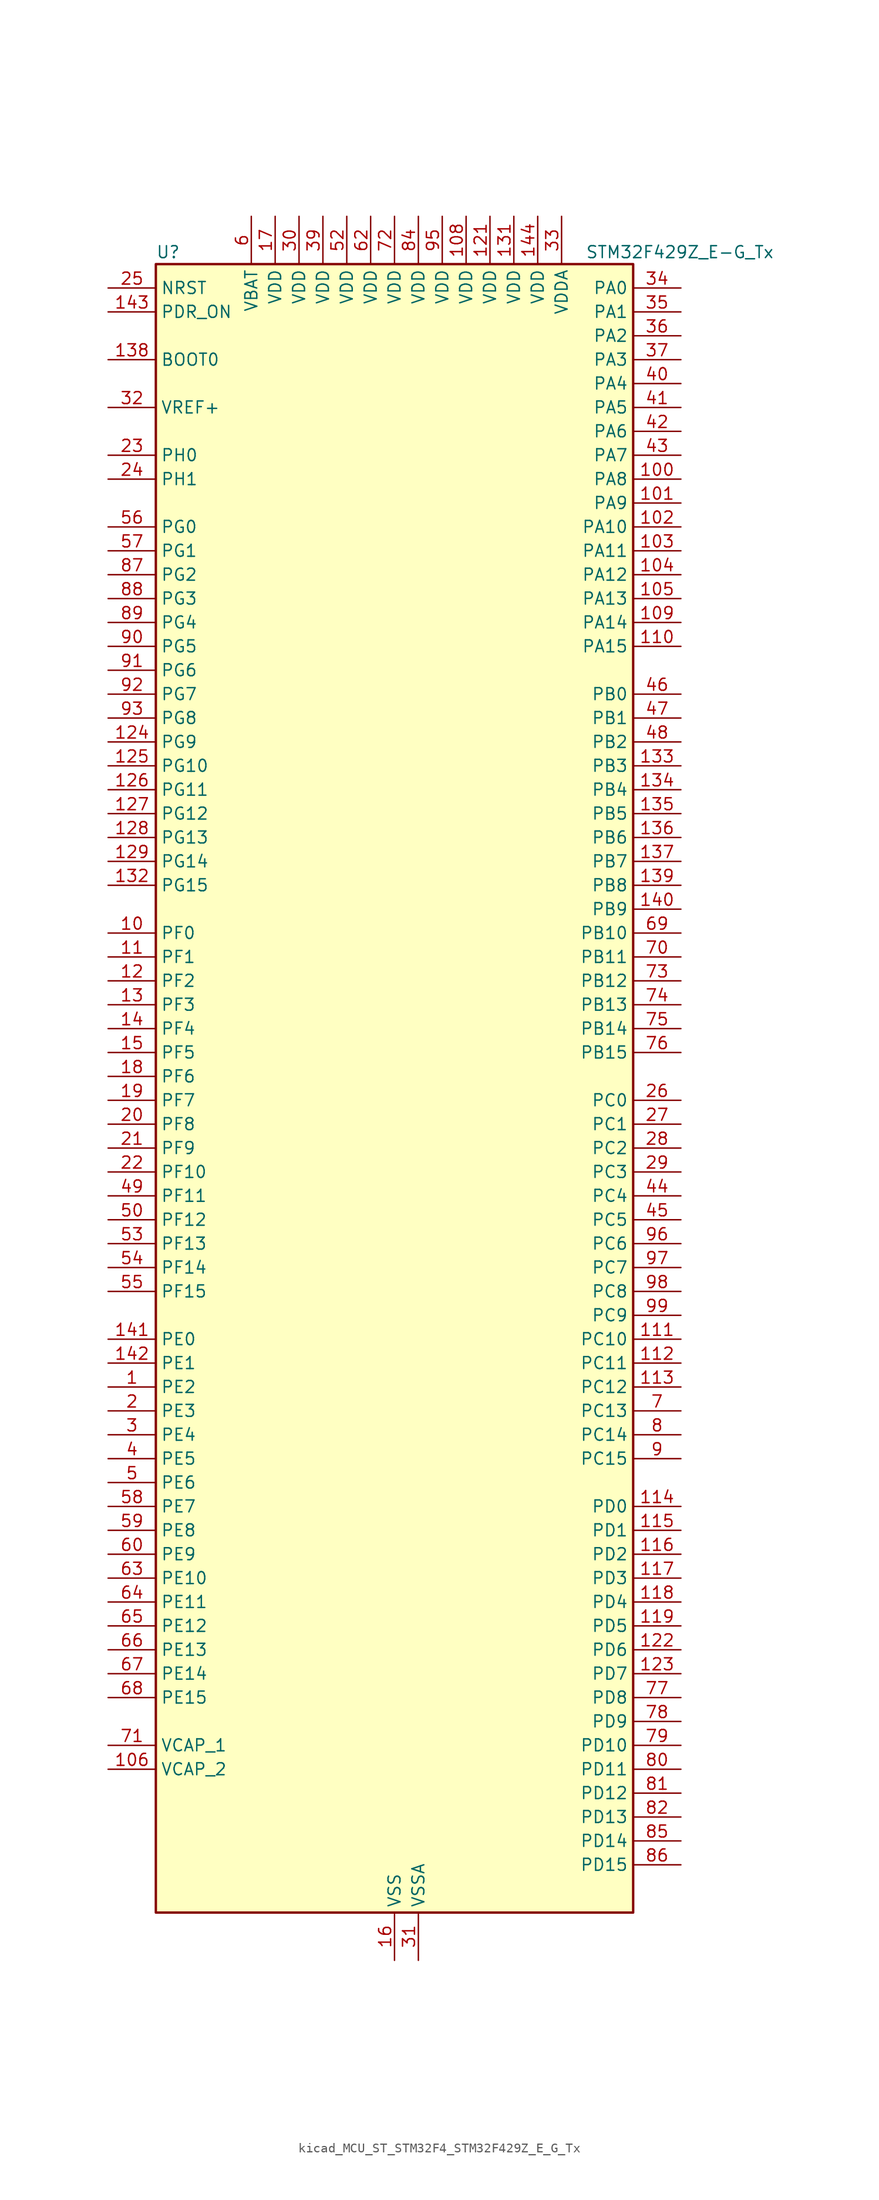
<source format=kicad_sym>
(kicad_symbol_lib
  (version 20220914)
  (generator kicad_symbol_editor)
  (symbol "kicad_MCU_ST_STM32F4_STM32F429Z_E_G_Tx"
    (property "Reference" "U"
      (at -25.4 90.17 0)
      (effects (font (size 1.27 1.27)) (justify left)))
    (property "Value" "STM32F429Z_E-G_Tx"
      (at 20.32 90.17 0)
      (effects (font (size 1.27 1.27)) (justify left)))
    (property "ki_locked" ""
      (at 0 0 0)
      (effects (font (size 1.27 1.27))))
    (symbol "kicad_MCU_ST_STM32F4_STM32F429Z_E_G_Tx_0_1"
      (rectangle (start -25.4 -86.36) (end 25.4 88.9) (stroke (width 0.254) (type default)) (fill (type background))))
    (symbol "kicad_MCU_ST_STM32F4_STM32F429Z_E_G_Tx_1_1"
      (pin bidirectional line (at -30.48 -30.48 0) (length 5.08) (name "PE2" (effects (font (size 1.27 1.27)))) (number "1" (effects (font (size 1.27 1.27)))) (alternate "ETH_TXD3" bidirectional line) (alternate "FMC_A23" bidirectional line) (alternate "SAI1_MCLK_A" bidirectional line) (alternate "SPI4_SCK" bidirectional line) (alternate "SYS_TRACECLK" bidirectional line))
      (pin bidirectional line (at -30.48 17.78 0) (length 5.08) (name "PF0" (effects (font (size 1.27 1.27)))) (number "10" (effects (font (size 1.27 1.27)))) (alternate "FMC_A0" bidirectional line) (alternate "I2C2_SDA" bidirectional line))
      (pin bidirectional line (at 30.48 66.04 180) (length 5.08) (name "PA8" (effects (font (size 1.27 1.27)))) (number "100" (effects (font (size 1.27 1.27)))) (alternate "I2C3_SCL" bidirectional line) (alternate "LTDC_R6" bidirectional line) (alternate "RCC_MCO_1" bidirectional line) (alternate "TIM1_CH1" bidirectional line) (alternate "USART1_CK" bidirectional line) (alternate "USB_OTG_FS_SOF" bidirectional line))
      (pin bidirectional line (at 30.48 63.5 180) (length 5.08) (name "PA9" (effects (font (size 1.27 1.27)))) (number "101" (effects (font (size 1.27 1.27)))) (alternate "DAC_EXTI9" bidirectional line) (alternate "DCMI_D0" bidirectional line) (alternate "I2C3_SMBA" bidirectional line) (alternate "TIM1_CH2" bidirectional line) (alternate "USART1_TX" bidirectional line) (alternate "USB_OTG_FS_VBUS" bidirectional line))
      (pin bidirectional line (at 30.48 60.96 180) (length 5.08) (name "PA10" (effects (font (size 1.27 1.27)))) (number "102" (effects (font (size 1.27 1.27)))) (alternate "DCMI_D1" bidirectional line) (alternate "TIM1_CH3" bidirectional line) (alternate "USART1_RX" bidirectional line) (alternate "USB_OTG_FS_ID" bidirectional line))
      (pin bidirectional line (at 30.48 58.42 180) (length 5.08) (name "PA11" (effects (font (size 1.27 1.27)))) (number "103" (effects (font (size 1.27 1.27)))) (alternate "ADC1_EXTI11" bidirectional line) (alternate "ADC2_EXTI11" bidirectional line) (alternate "ADC3_EXTI11" bidirectional line) (alternate "CAN1_RX" bidirectional line) (alternate "LTDC_R4" bidirectional line) (alternate "TIM1_CH4" bidirectional line) (alternate "USART1_CTS" bidirectional line) (alternate "USB_OTG_FS_DM" bidirectional line))
      (pin bidirectional line (at 30.48 55.88 180) (length 5.08) (name "PA12" (effects (font (size 1.27 1.27)))) (number "104" (effects (font (size 1.27 1.27)))) (alternate "CAN1_TX" bidirectional line) (alternate "LTDC_R5" bidirectional line) (alternate "TIM1_ETR" bidirectional line) (alternate "USART1_RTS" bidirectional line) (alternate "USB_OTG_FS_DP" bidirectional line))
      (pin bidirectional line (at 30.48 53.34 180) (length 5.08) (name "PA13" (effects (font (size 1.27 1.27)))) (number "105" (effects (font (size 1.27 1.27)))) (alternate "SYS_JTMS-SWDIO" bidirectional line))
      (pin power_out line (at -30.48 -71.12 0) (length 5.08) (name "VCAP_2" (effects (font (size 1.27 1.27)))) (number "106" (effects (font (size 1.27 1.27)))))
      (pin passive line (at 0 -91.44 90) (length 5.08) hide (name "VSS" (effects (font (size 1.27 1.27)))) (number "107" (effects (font (size 1.27 1.27)))))
      (pin power_in line (at 7.62 93.98 270) (length 5.08) (name "VDD" (effects (font (size 1.27 1.27)))) (number "108" (effects (font (size 1.27 1.27)))))
      (pin bidirectional line (at 30.48 50.8 180) (length 5.08) (name "PA14" (effects (font (size 1.27 1.27)))) (number "109" (effects (font (size 1.27 1.27)))) (alternate "SYS_JTCK-SWCLK" bidirectional line))
      (pin bidirectional line (at -30.48 15.24 0) (length 5.08) (name "PF1" (effects (font (size 1.27 1.27)))) (number "11" (effects (font (size 1.27 1.27)))) (alternate "FMC_A1" bidirectional line) (alternate "I2C2_SCL" bidirectional line))
      (pin bidirectional line (at 30.48 48.26 180) (length 5.08) (name "PA15" (effects (font (size 1.27 1.27)))) (number "110" (effects (font (size 1.27 1.27)))) (alternate "ADC1_EXTI15" bidirectional line) (alternate "ADC2_EXTI15" bidirectional line) (alternate "ADC3_EXTI15" bidirectional line) (alternate "I2S3_WS" bidirectional line) (alternate "SPI1_NSS" bidirectional line) (alternate "SPI3_NSS" bidirectional line) (alternate "SYS_JTDI" bidirectional line) (alternate "TIM2_CH1" bidirectional line) (alternate "TIM2_ETR" bidirectional line))
      (pin bidirectional line (at 30.48 -25.4 180) (length 5.08) (name "PC10" (effects (font (size 1.27 1.27)))) (number "111" (effects (font (size 1.27 1.27)))) (alternate "DCMI_D8" bidirectional line) (alternate "I2S3_CK" bidirectional line) (alternate "LTDC_R2" bidirectional line) (alternate "SDIO_D2" bidirectional line) (alternate "SPI3_SCK" bidirectional line) (alternate "UART4_TX" bidirectional line) (alternate "USART3_TX" bidirectional line))
      (pin bidirectional line (at 30.48 -27.94 180) (length 5.08) (name "PC11" (effects (font (size 1.27 1.27)))) (number "112" (effects (font (size 1.27 1.27)))) (alternate "ADC1_EXTI11" bidirectional line) (alternate "ADC2_EXTI11" bidirectional line) (alternate "ADC3_EXTI11" bidirectional line) (alternate "DCMI_D4" bidirectional line) (alternate "I2S3_ext_SD" bidirectional line) (alternate "SDIO_D3" bidirectional line) (alternate "SPI3_MISO" bidirectional line) (alternate "UART4_RX" bidirectional line) (alternate "USART3_RX" bidirectional line))
      (pin bidirectional line (at 30.48 -30.48 180) (length 5.08) (name "PC12" (effects (font (size 1.27 1.27)))) (number "113" (effects (font (size 1.27 1.27)))) (alternate "DCMI_D9" bidirectional line) (alternate "I2S3_SD" bidirectional line) (alternate "SDIO_CK" bidirectional line) (alternate "SPI3_MOSI" bidirectional line) (alternate "UART5_TX" bidirectional line) (alternate "USART3_CK" bidirectional line))
      (pin bidirectional line (at 30.48 -43.18 180) (length 5.08) (name "PD0" (effects (font (size 1.27 1.27)))) (number "114" (effects (font (size 1.27 1.27)))) (alternate "CAN1_RX" bidirectional line) (alternate "FMC_D2" bidirectional line) (alternate "FMC_DA2" bidirectional line))
      (pin bidirectional line (at 30.48 -45.72 180) (length 5.08) (name "PD1" (effects (font (size 1.27 1.27)))) (number "115" (effects (font (size 1.27 1.27)))) (alternate "CAN1_TX" bidirectional line) (alternate "FMC_D3" bidirectional line) (alternate "FMC_DA3" bidirectional line))
      (pin bidirectional line (at 30.48 -48.26 180) (length 5.08) (name "PD2" (effects (font (size 1.27 1.27)))) (number "116" (effects (font (size 1.27 1.27)))) (alternate "DCMI_D11" bidirectional line) (alternate "SDIO_CMD" bidirectional line) (alternate "TIM3_ETR" bidirectional line) (alternate "UART5_RX" bidirectional line))
      (pin bidirectional line (at 30.48 -50.8 180) (length 5.08) (name "PD3" (effects (font (size 1.27 1.27)))) (number "117" (effects (font (size 1.27 1.27)))) (alternate "DCMI_D5" bidirectional line) (alternate "FMC_CLK" bidirectional line) (alternate "I2S2_CK" bidirectional line) (alternate "LTDC_G7" bidirectional line) (alternate "SPI2_SCK" bidirectional line) (alternate "USART2_CTS" bidirectional line))
      (pin bidirectional line (at 30.48 -53.34 180) (length 5.08) (name "PD4" (effects (font (size 1.27 1.27)))) (number "118" (effects (font (size 1.27 1.27)))) (alternate "FMC_NOE" bidirectional line) (alternate "USART2_RTS" bidirectional line))
      (pin bidirectional line (at 30.48 -55.88 180) (length 5.08) (name "PD5" (effects (font (size 1.27 1.27)))) (number "119" (effects (font (size 1.27 1.27)))) (alternate "FMC_NWE" bidirectional line) (alternate "USART2_TX" bidirectional line))
      (pin bidirectional line (at -30.48 12.7 0) (length 5.08) (name "PF2" (effects (font (size 1.27 1.27)))) (number "12" (effects (font (size 1.27 1.27)))) (alternate "FMC_A2" bidirectional line) (alternate "I2C2_SMBA" bidirectional line))
      (pin passive line (at 0 -91.44 90) (length 5.08) hide (name "VSS" (effects (font (size 1.27 1.27)))) (number "120" (effects (font (size 1.27 1.27)))))
      (pin power_in line (at 10.16 93.98 270) (length 5.08) (name "VDD" (effects (font (size 1.27 1.27)))) (number "121" (effects (font (size 1.27 1.27)))))
      (pin bidirectional line (at 30.48 -58.42 180) (length 5.08) (name "PD6" (effects (font (size 1.27 1.27)))) (number "122" (effects (font (size 1.27 1.27)))) (alternate "DCMI_D10" bidirectional line) (alternate "FMC_NWAIT" bidirectional line) (alternate "I2S3_SD" bidirectional line) (alternate "LTDC_B2" bidirectional line) (alternate "SAI1_SD_A" bidirectional line) (alternate "SPI3_MOSI" bidirectional line) (alternate "USART2_RX" bidirectional line))
      (pin bidirectional line (at 30.48 -60.96 180) (length 5.08) (name "PD7" (effects (font (size 1.27 1.27)))) (number "123" (effects (font (size 1.27 1.27)))) (alternate "FMC_NCE2" bidirectional line) (alternate "FMC_NE1" bidirectional line) (alternate "USART2_CK" bidirectional line))
      (pin bidirectional line (at -30.48 38.1 0) (length 5.08) (name "PG9" (effects (font (size 1.27 1.27)))) (number "124" (effects (font (size 1.27 1.27)))) (alternate "DAC_EXTI9" bidirectional line) (alternate "DCMI_VSYNC" bidirectional line) (alternate "FMC_NCE3" bidirectional line) (alternate "FMC_NE2" bidirectional line) (alternate "USART6_RX" bidirectional line))
      (pin bidirectional line (at -30.48 35.56 0) (length 5.08) (name "PG10" (effects (font (size 1.27 1.27)))) (number "125" (effects (font (size 1.27 1.27)))) (alternate "DCMI_D2" bidirectional line) (alternate "FMC_NCE4_1" bidirectional line) (alternate "FMC_NE3" bidirectional line) (alternate "LTDC_B2" bidirectional line) (alternate "LTDC_G3" bidirectional line))
      (pin bidirectional line (at -30.48 33.02 0) (length 5.08) (name "PG11" (effects (font (size 1.27 1.27)))) (number "126" (effects (font (size 1.27 1.27)))) (alternate "ADC1_EXTI11" bidirectional line) (alternate "ADC2_EXTI11" bidirectional line) (alternate "ADC3_EXTI11" bidirectional line) (alternate "DCMI_D3" bidirectional line) (alternate "ETH_TX_EN" bidirectional line) (alternate "FMC_NCE4_2" bidirectional line) (alternate "LTDC_B3" bidirectional line))
      (pin bidirectional line (at -30.48 30.48 0) (length 5.08) (name "PG12" (effects (font (size 1.27 1.27)))) (number "127" (effects (font (size 1.27 1.27)))) (alternate "FMC_NE4" bidirectional line) (alternate "LTDC_B1" bidirectional line) (alternate "LTDC_B4" bidirectional line) (alternate "SPI6_MISO" bidirectional line) (alternate "USART6_RTS" bidirectional line))
      (pin bidirectional line (at -30.48 27.94 0) (length 5.08) (name "PG13" (effects (font (size 1.27 1.27)))) (number "128" (effects (font (size 1.27 1.27)))) (alternate "ETH_TXD0" bidirectional line) (alternate "FMC_A24" bidirectional line) (alternate "SPI6_SCK" bidirectional line) (alternate "USART6_CTS" bidirectional line))
      (pin bidirectional line (at -30.48 25.4 0) (length 5.08) (name "PG14" (effects (font (size 1.27 1.27)))) (number "129" (effects (font (size 1.27 1.27)))) (alternate "ETH_TXD1" bidirectional line) (alternate "FMC_A25" bidirectional line) (alternate "SPI6_MOSI" bidirectional line) (alternate "USART6_TX" bidirectional line))
      (pin bidirectional line (at -30.48 10.16 0) (length 5.08) (name "PF3" (effects (font (size 1.27 1.27)))) (number "13" (effects (font (size 1.27 1.27)))) (alternate "ADC3_IN9" bidirectional line) (alternate "FMC_A3" bidirectional line))
      (pin passive line (at 0 -91.44 90) (length 5.08) hide (name "VSS" (effects (font (size 1.27 1.27)))) (number "130" (effects (font (size 1.27 1.27)))))
      (pin power_in line (at 12.7 93.98 270) (length 5.08) (name "VDD" (effects (font (size 1.27 1.27)))) (number "131" (effects (font (size 1.27 1.27)))))
      (pin bidirectional line (at -30.48 22.86 0) (length 5.08) (name "PG15" (effects (font (size 1.27 1.27)))) (number "132" (effects (font (size 1.27 1.27)))) (alternate "ADC1_EXTI15" bidirectional line) (alternate "ADC2_EXTI15" bidirectional line) (alternate "ADC3_EXTI15" bidirectional line) (alternate "DCMI_D13" bidirectional line) (alternate "FMC_SDNCAS" bidirectional line) (alternate "USART6_CTS" bidirectional line))
      (pin bidirectional line (at 30.48 35.56 180) (length 5.08) (name "PB3" (effects (font (size 1.27 1.27)))) (number "133" (effects (font (size 1.27 1.27)))) (alternate "I2S3_CK" bidirectional line) (alternate "SPI1_SCK" bidirectional line) (alternate "SPI3_SCK" bidirectional line) (alternate "SYS_JTDO-SWO" bidirectional line) (alternate "TIM2_CH2" bidirectional line))
      (pin bidirectional line (at 30.48 33.02 180) (length 5.08) (name "PB4" (effects (font (size 1.27 1.27)))) (number "134" (effects (font (size 1.27 1.27)))) (alternate "I2S3_ext_SD" bidirectional line) (alternate "SPI1_MISO" bidirectional line) (alternate "SPI3_MISO" bidirectional line) (alternate "SYS_JTRST" bidirectional line) (alternate "TIM3_CH1" bidirectional line))
      (pin bidirectional line (at 30.48 30.48 180) (length 5.08) (name "PB5" (effects (font (size 1.27 1.27)))) (number "135" (effects (font (size 1.27 1.27)))) (alternate "CAN2_RX" bidirectional line) (alternate "DCMI_D10" bidirectional line) (alternate "ETH_PPS_OUT" bidirectional line) (alternate "FMC_SDCKE1" bidirectional line) (alternate "I2C1_SMBA" bidirectional line) (alternate "I2S3_SD" bidirectional line) (alternate "SPI1_MOSI" bidirectional line) (alternate "SPI3_MOSI" bidirectional line) (alternate "TIM3_CH2" bidirectional line) (alternate "USB_OTG_HS_ULPI_D7" bidirectional line))
      (pin bidirectional line (at 30.48 27.94 180) (length 5.08) (name "PB6" (effects (font (size 1.27 1.27)))) (number "136" (effects (font (size 1.27 1.27)))) (alternate "CAN2_TX" bidirectional line) (alternate "DCMI_D5" bidirectional line) (alternate "FMC_SDNE1" bidirectional line) (alternate "I2C1_SCL" bidirectional line) (alternate "TIM4_CH1" bidirectional line) (alternate "USART1_TX" bidirectional line))
      (pin bidirectional line (at 30.48 25.4 180) (length 5.08) (name "PB7" (effects (font (size 1.27 1.27)))) (number "137" (effects (font (size 1.27 1.27)))) (alternate "DCMI_VSYNC" bidirectional line) (alternate "FMC_NL" bidirectional line) (alternate "I2C1_SDA" bidirectional line) (alternate "TIM4_CH2" bidirectional line) (alternate "USART1_RX" bidirectional line))
      (pin input line (at -30.48 78.74 0) (length 5.08) (name "BOOT0" (effects (font (size 1.27 1.27)))) (number "138" (effects (font (size 1.27 1.27)))))
      (pin bidirectional line (at 30.48 22.86 180) (length 5.08) (name "PB8" (effects (font (size 1.27 1.27)))) (number "139" (effects (font (size 1.27 1.27)))) (alternate "CAN1_RX" bidirectional line) (alternate "DCMI_D6" bidirectional line) (alternate "ETH_TXD3" bidirectional line) (alternate "I2C1_SCL" bidirectional line) (alternate "LTDC_B6" bidirectional line) (alternate "SDIO_D4" bidirectional line) (alternate "TIM10_CH1" bidirectional line) (alternate "TIM4_CH3" bidirectional line))
      (pin bidirectional line (at -30.48 7.62 0) (length 5.08) (name "PF4" (effects (font (size 1.27 1.27)))) (number "14" (effects (font (size 1.27 1.27)))) (alternate "ADC3_IN14" bidirectional line) (alternate "FMC_A4" bidirectional line))
      (pin bidirectional line (at 30.48 20.32 180) (length 5.08) (name "PB9" (effects (font (size 1.27 1.27)))) (number "140" (effects (font (size 1.27 1.27)))) (alternate "CAN1_TX" bidirectional line) (alternate "DAC_EXTI9" bidirectional line) (alternate "DCMI_D7" bidirectional line) (alternate "I2C1_SDA" bidirectional line) (alternate "I2S2_WS" bidirectional line) (alternate "LTDC_B7" bidirectional line) (alternate "SDIO_D5" bidirectional line) (alternate "SPI2_NSS" bidirectional line) (alternate "TIM11_CH1" bidirectional line) (alternate "TIM4_CH4" bidirectional line))
      (pin bidirectional line (at -30.48 -25.4 0) (length 5.08) (name "PE0" (effects (font (size 1.27 1.27)))) (number "141" (effects (font (size 1.27 1.27)))) (alternate "DCMI_D2" bidirectional line) (alternate "FMC_NBL0" bidirectional line) (alternate "TIM4_ETR" bidirectional line) (alternate "UART8_RX" bidirectional line))
      (pin bidirectional line (at -30.48 -27.94 0) (length 5.08) (name "PE1" (effects (font (size 1.27 1.27)))) (number "142" (effects (font (size 1.27 1.27)))) (alternate "DCMI_D3" bidirectional line) (alternate "FMC_NBL1" bidirectional line) (alternate "UART8_TX" bidirectional line))
      (pin input line (at -30.48 83.82 0) (length 5.08) (name "PDR_ON" (effects (font (size 1.27 1.27)))) (number "143" (effects (font (size 1.27 1.27)))))
      (pin power_in line (at 15.24 93.98 270) (length 5.08) (name "VDD" (effects (font (size 1.27 1.27)))) (number "144" (effects (font (size 1.27 1.27)))))
      (pin bidirectional line (at -30.48 5.08 0) (length 5.08) (name "PF5" (effects (font (size 1.27 1.27)))) (number "15" (effects (font (size 1.27 1.27)))) (alternate "ADC3_IN15" bidirectional line) (alternate "FMC_A5" bidirectional line))
      (pin power_in line (at 0 -91.44 90) (length 5.08) (name "VSS" (effects (font (size 1.27 1.27)))) (number "16" (effects (font (size 1.27 1.27)))))
      (pin power_in line (at -12.7 93.98 270) (length 5.08) (name "VDD" (effects (font (size 1.27 1.27)))) (number "17" (effects (font (size 1.27 1.27)))))
      (pin bidirectional line (at -30.48 2.54 0) (length 5.08) (name "PF6" (effects (font (size 1.27 1.27)))) (number "18" (effects (font (size 1.27 1.27)))) (alternate "ADC3_IN4" bidirectional line) (alternate "FMC_NIORD" bidirectional line) (alternate "SAI1_SD_B" bidirectional line) (alternate "SPI5_NSS" bidirectional line) (alternate "TIM10_CH1" bidirectional line) (alternate "UART7_RX" bidirectional line))
      (pin bidirectional line (at -30.48 0 0) (length 5.08) (name "PF7" (effects (font (size 1.27 1.27)))) (number "19" (effects (font (size 1.27 1.27)))) (alternate "ADC3_IN5" bidirectional line) (alternate "FMC_NREG" bidirectional line) (alternate "SAI1_MCLK_B" bidirectional line) (alternate "SPI5_SCK" bidirectional line) (alternate "TIM11_CH1" bidirectional line) (alternate "UART7_TX" bidirectional line))
      (pin bidirectional line (at -30.48 -33.02 0) (length 5.08) (name "PE3" (effects (font (size 1.27 1.27)))) (number "2" (effects (font (size 1.27 1.27)))) (alternate "FMC_A19" bidirectional line) (alternate "SAI1_SD_B" bidirectional line) (alternate "SYS_TRACED0" bidirectional line))
      (pin bidirectional line (at -30.48 -2.54 0) (length 5.08) (name "PF8" (effects (font (size 1.27 1.27)))) (number "20" (effects (font (size 1.27 1.27)))) (alternate "ADC3_IN6" bidirectional line) (alternate "FMC_NIOWR" bidirectional line) (alternate "SAI1_SCK_B" bidirectional line) (alternate "SPI5_MISO" bidirectional line) (alternate "TIM13_CH1" bidirectional line))
      (pin bidirectional line (at -30.48 -5.08 0) (length 5.08) (name "PF9" (effects (font (size 1.27 1.27)))) (number "21" (effects (font (size 1.27 1.27)))) (alternate "ADC3_IN7" bidirectional line) (alternate "DAC_EXTI9" bidirectional line) (alternate "FMC_CD" bidirectional line) (alternate "SAI1_FS_B" bidirectional line) (alternate "SPI5_MOSI" bidirectional line) (alternate "TIM14_CH1" bidirectional line))
      (pin bidirectional line (at -30.48 -7.62 0) (length 5.08) (name "PF10" (effects (font (size 1.27 1.27)))) (number "22" (effects (font (size 1.27 1.27)))) (alternate "ADC3_IN8" bidirectional line) (alternate "DCMI_D11" bidirectional line) (alternate "FMC_INTR" bidirectional line) (alternate "LTDC_DE" bidirectional line))
      (pin bidirectional line (at -30.48 68.58 0) (length 5.08) (name "PH0" (effects (font (size 1.27 1.27)))) (number "23" (effects (font (size 1.27 1.27)))) (alternate "RCC_OSC_IN" bidirectional line))
      (pin bidirectional line (at -30.48 66.04 0) (length 5.08) (name "PH1" (effects (font (size 1.27 1.27)))) (number "24" (effects (font (size 1.27 1.27)))) (alternate "RCC_OSC_OUT" bidirectional line))
      (pin input line (at -30.48 86.36 0) (length 5.08) (name "NRST" (effects (font (size 1.27 1.27)))) (number "25" (effects (font (size 1.27 1.27)))))
      (pin bidirectional line (at 30.48 0 180) (length 5.08) (name "PC0" (effects (font (size 1.27 1.27)))) (number "26" (effects (font (size 1.27 1.27)))) (alternate "ADC1_IN10" bidirectional line) (alternate "ADC2_IN10" bidirectional line) (alternate "ADC3_IN10" bidirectional line) (alternate "FMC_SDNWE" bidirectional line) (alternate "USB_OTG_HS_ULPI_STP" bidirectional line))
      (pin bidirectional line (at 30.48 -2.54 180) (length 5.08) (name "PC1" (effects (font (size 1.27 1.27)))) (number "27" (effects (font (size 1.27 1.27)))) (alternate "ADC1_IN11" bidirectional line) (alternate "ADC2_IN11" bidirectional line) (alternate "ADC3_IN11" bidirectional line) (alternate "ETH_MDC" bidirectional line))
      (pin bidirectional line (at 30.48 -5.08 180) (length 5.08) (name "PC2" (effects (font (size 1.27 1.27)))) (number "28" (effects (font (size 1.27 1.27)))) (alternate "ADC1_IN12" bidirectional line) (alternate "ADC2_IN12" bidirectional line) (alternate "ADC3_IN12" bidirectional line) (alternate "ETH_TXD2" bidirectional line) (alternate "FMC_SDNE0" bidirectional line) (alternate "I2S2_ext_SD" bidirectional line) (alternate "SPI2_MISO" bidirectional line) (alternate "USB_OTG_HS_ULPI_DIR" bidirectional line))
      (pin bidirectional line (at 30.48 -7.62 180) (length 5.08) (name "PC3" (effects (font (size 1.27 1.27)))) (number "29" (effects (font (size 1.27 1.27)))) (alternate "ADC1_IN13" bidirectional line) (alternate "ADC2_IN13" bidirectional line) (alternate "ADC3_IN13" bidirectional line) (alternate "ETH_TX_CLK" bidirectional line) (alternate "FMC_SDCKE0" bidirectional line) (alternate "I2S2_SD" bidirectional line) (alternate "SPI2_MOSI" bidirectional line) (alternate "USB_OTG_HS_ULPI_NXT" bidirectional line))
      (pin bidirectional line (at -30.48 -35.56 0) (length 5.08) (name "PE4" (effects (font (size 1.27 1.27)))) (number "3" (effects (font (size 1.27 1.27)))) (alternate "DCMI_D4" bidirectional line) (alternate "FMC_A20" bidirectional line) (alternate "LTDC_B0" bidirectional line) (alternate "SAI1_FS_A" bidirectional line) (alternate "SPI4_NSS" bidirectional line) (alternate "SYS_TRACED1" bidirectional line))
      (pin power_in line (at -10.16 93.98 270) (length 5.08) (name "VDD" (effects (font (size 1.27 1.27)))) (number "30" (effects (font (size 1.27 1.27)))))
      (pin power_in line (at 2.54 -91.44 90) (length 5.08) (name "VSSA" (effects (font (size 1.27 1.27)))) (number "31" (effects (font (size 1.27 1.27)))))
      (pin input line (at -30.48 73.66 0) (length 5.08) (name "VREF+" (effects (font (size 1.27 1.27)))) (number "32" (effects (font (size 1.27 1.27)))))
      (pin power_in line (at 17.78 93.98 270) (length 5.08) (name "VDDA" (effects (font (size 1.27 1.27)))) (number "33" (effects (font (size 1.27 1.27)))))
      (pin bidirectional line (at 30.48 86.36 180) (length 5.08) (name "PA0" (effects (font (size 1.27 1.27)))) (number "34" (effects (font (size 1.27 1.27)))) (alternate "ADC1_IN0" bidirectional line) (alternate "ADC2_IN0" bidirectional line) (alternate "ADC3_IN0" bidirectional line) (alternate "ETH_CRS" bidirectional line) (alternate "SYS_WKUP" bidirectional line) (alternate "TIM2_CH1" bidirectional line) (alternate "TIM2_ETR" bidirectional line) (alternate "TIM5_CH1" bidirectional line) (alternate "TIM8_ETR" bidirectional line) (alternate "UART4_TX" bidirectional line) (alternate "USART2_CTS" bidirectional line))
      (pin bidirectional line (at 30.48 83.82 180) (length 5.08) (name "PA1" (effects (font (size 1.27 1.27)))) (number "35" (effects (font (size 1.27 1.27)))) (alternate "ADC1_IN1" bidirectional line) (alternate "ADC2_IN1" bidirectional line) (alternate "ADC3_IN1" bidirectional line) (alternate "ETH_REF_CLK" bidirectional line) (alternate "ETH_RX_CLK" bidirectional line) (alternate "TIM2_CH2" bidirectional line) (alternate "TIM5_CH2" bidirectional line) (alternate "UART4_RX" bidirectional line) (alternate "USART2_RTS" bidirectional line))
      (pin bidirectional line (at 30.48 81.28 180) (length 5.08) (name "PA2" (effects (font (size 1.27 1.27)))) (number "36" (effects (font (size 1.27 1.27)))) (alternate "ADC1_IN2" bidirectional line) (alternate "ADC2_IN2" bidirectional line) (alternate "ADC3_IN2" bidirectional line) (alternate "ETH_MDIO" bidirectional line) (alternate "TIM2_CH3" bidirectional line) (alternate "TIM5_CH3" bidirectional line) (alternate "TIM9_CH1" bidirectional line) (alternate "USART2_TX" bidirectional line))
      (pin bidirectional line (at 30.48 78.74 180) (length 5.08) (name "PA3" (effects (font (size 1.27 1.27)))) (number "37" (effects (font (size 1.27 1.27)))) (alternate "ADC1_IN3" bidirectional line) (alternate "ADC2_IN3" bidirectional line) (alternate "ADC3_IN3" bidirectional line) (alternate "ETH_COL" bidirectional line) (alternate "LTDC_B5" bidirectional line) (alternate "TIM2_CH4" bidirectional line) (alternate "TIM5_CH4" bidirectional line) (alternate "TIM9_CH2" bidirectional line) (alternate "USART2_RX" bidirectional line) (alternate "USB_OTG_HS_ULPI_D0" bidirectional line))
      (pin passive line (at 0 -91.44 90) (length 5.08) hide (name "VSS" (effects (font (size 1.27 1.27)))) (number "38" (effects (font (size 1.27 1.27)))))
      (pin power_in line (at -7.62 93.98 270) (length 5.08) (name "VDD" (effects (font (size 1.27 1.27)))) (number "39" (effects (font (size 1.27 1.27)))))
      (pin bidirectional line (at -30.48 -38.1 0) (length 5.08) (name "PE5" (effects (font (size 1.27 1.27)))) (number "4" (effects (font (size 1.27 1.27)))) (alternate "DCMI_D6" bidirectional line) (alternate "FMC_A21" bidirectional line) (alternate "LTDC_G0" bidirectional line) (alternate "SAI1_SCK_A" bidirectional line) (alternate "SPI4_MISO" bidirectional line) (alternate "SYS_TRACED2" bidirectional line) (alternate "TIM9_CH1" bidirectional line))
      (pin bidirectional line (at 30.48 76.2 180) (length 5.08) (name "PA4" (effects (font (size 1.27 1.27)))) (number "40" (effects (font (size 1.27 1.27)))) (alternate "ADC1_IN4" bidirectional line) (alternate "ADC2_IN4" bidirectional line) (alternate "DAC_OUT1" bidirectional line) (alternate "DCMI_HSYNC" bidirectional line) (alternate "I2S3_WS" bidirectional line) (alternate "LTDC_VSYNC" bidirectional line) (alternate "SPI1_NSS" bidirectional line) (alternate "SPI3_NSS" bidirectional line) (alternate "USART2_CK" bidirectional line) (alternate "USB_OTG_HS_SOF" bidirectional line))
      (pin bidirectional line (at 30.48 73.66 180) (length 5.08) (name "PA5" (effects (font (size 1.27 1.27)))) (number "41" (effects (font (size 1.27 1.27)))) (alternate "ADC1_IN5" bidirectional line) (alternate "ADC2_IN5" bidirectional line) (alternate "DAC_OUT2" bidirectional line) (alternate "SPI1_SCK" bidirectional line) (alternate "TIM2_CH1" bidirectional line) (alternate "TIM2_ETR" bidirectional line) (alternate "TIM8_CH1N" bidirectional line) (alternate "USB_OTG_HS_ULPI_CK" bidirectional line))
      (pin bidirectional line (at 30.48 71.12 180) (length 5.08) (name "PA6" (effects (font (size 1.27 1.27)))) (number "42" (effects (font (size 1.27 1.27)))) (alternate "ADC1_IN6" bidirectional line) (alternate "ADC2_IN6" bidirectional line) (alternate "DCMI_PIXCLK" bidirectional line) (alternate "LTDC_G2" bidirectional line) (alternate "SPI1_MISO" bidirectional line) (alternate "TIM13_CH1" bidirectional line) (alternate "TIM1_BKIN" bidirectional line) (alternate "TIM3_CH1" bidirectional line) (alternate "TIM8_BKIN" bidirectional line))
      (pin bidirectional line (at 30.48 68.58 180) (length 5.08) (name "PA7" (effects (font (size 1.27 1.27)))) (number "43" (effects (font (size 1.27 1.27)))) (alternate "ADC1_IN7" bidirectional line) (alternate "ADC2_IN7" bidirectional line) (alternate "ETH_CRS_DV" bidirectional line) (alternate "ETH_RX_DV" bidirectional line) (alternate "SPI1_MOSI" bidirectional line) (alternate "TIM14_CH1" bidirectional line) (alternate "TIM1_CH1N" bidirectional line) (alternate "TIM3_CH2" bidirectional line) (alternate "TIM8_CH1N" bidirectional line))
      (pin bidirectional line (at 30.48 -10.16 180) (length 5.08) (name "PC4" (effects (font (size 1.27 1.27)))) (number "44" (effects (font (size 1.27 1.27)))) (alternate "ADC1_IN14" bidirectional line) (alternate "ADC2_IN14" bidirectional line) (alternate "ETH_RXD0" bidirectional line))
      (pin bidirectional line (at 30.48 -12.7 180) (length 5.08) (name "PC5" (effects (font (size 1.27 1.27)))) (number "45" (effects (font (size 1.27 1.27)))) (alternate "ADC1_IN15" bidirectional line) (alternate "ADC2_IN15" bidirectional line) (alternate "ETH_RXD1" bidirectional line))
      (pin bidirectional line (at 30.48 43.18 180) (length 5.08) (name "PB0" (effects (font (size 1.27 1.27)))) (number "46" (effects (font (size 1.27 1.27)))) (alternate "ADC1_IN8" bidirectional line) (alternate "ADC2_IN8" bidirectional line) (alternate "ETH_RXD2" bidirectional line) (alternate "LTDC_R3" bidirectional line) (alternate "TIM1_CH2N" bidirectional line) (alternate "TIM3_CH3" bidirectional line) (alternate "TIM8_CH2N" bidirectional line) (alternate "USB_OTG_HS_ULPI_D1" bidirectional line))
      (pin bidirectional line (at 30.48 40.64 180) (length 5.08) (name "PB1" (effects (font (size 1.27 1.27)))) (number "47" (effects (font (size 1.27 1.27)))) (alternate "ADC1_IN9" bidirectional line) (alternate "ADC2_IN9" bidirectional line) (alternate "ETH_RXD3" bidirectional line) (alternate "LTDC_R6" bidirectional line) (alternate "TIM1_CH3N" bidirectional line) (alternate "TIM3_CH4" bidirectional line) (alternate "TIM8_CH3N" bidirectional line) (alternate "USB_OTG_HS_ULPI_D2" bidirectional line))
      (pin bidirectional line (at 30.48 38.1 180) (length 5.08) (name "PB2" (effects (font (size 1.27 1.27)))) (number "48" (effects (font (size 1.27 1.27)))))
      (pin bidirectional line (at -30.48 -10.16 0) (length 5.08) (name "PF11" (effects (font (size 1.27 1.27)))) (number "49" (effects (font (size 1.27 1.27)))) (alternate "ADC1_EXTI11" bidirectional line) (alternate "ADC2_EXTI11" bidirectional line) (alternate "ADC3_EXTI11" bidirectional line) (alternate "DCMI_D12" bidirectional line) (alternate "FMC_SDNRAS" bidirectional line) (alternate "SPI5_MOSI" bidirectional line))
      (pin bidirectional line (at -30.48 -40.64 0) (length 5.08) (name "PE6" (effects (font (size 1.27 1.27)))) (number "5" (effects (font (size 1.27 1.27)))) (alternate "DCMI_D7" bidirectional line) (alternate "FMC_A22" bidirectional line) (alternate "LTDC_G1" bidirectional line) (alternate "SAI1_SD_A" bidirectional line) (alternate "SPI4_MOSI" bidirectional line) (alternate "SYS_TRACED3" bidirectional line) (alternate "TIM9_CH2" bidirectional line))
      (pin bidirectional line (at -30.48 -12.7 0) (length 5.08) (name "PF12" (effects (font (size 1.27 1.27)))) (number "50" (effects (font (size 1.27 1.27)))) (alternate "FMC_A6" bidirectional line))
      (pin passive line (at 0 -91.44 90) (length 5.08) hide (name "VSS" (effects (font (size 1.27 1.27)))) (number "51" (effects (font (size 1.27 1.27)))))
      (pin power_in line (at -5.08 93.98 270) (length 5.08) (name "VDD" (effects (font (size 1.27 1.27)))) (number "52" (effects (font (size 1.27 1.27)))))
      (pin bidirectional line (at -30.48 -15.24 0) (length 5.08) (name "PF13" (effects (font (size 1.27 1.27)))) (number "53" (effects (font (size 1.27 1.27)))) (alternate "FMC_A7" bidirectional line))
      (pin bidirectional line (at -30.48 -17.78 0) (length 5.08) (name "PF14" (effects (font (size 1.27 1.27)))) (number "54" (effects (font (size 1.27 1.27)))) (alternate "FMC_A8" bidirectional line))
      (pin bidirectional line (at -30.48 -20.32 0) (length 5.08) (name "PF15" (effects (font (size 1.27 1.27)))) (number "55" (effects (font (size 1.27 1.27)))) (alternate "ADC1_EXTI15" bidirectional line) (alternate "ADC2_EXTI15" bidirectional line) (alternate "ADC3_EXTI15" bidirectional line) (alternate "FMC_A9" bidirectional line))
      (pin bidirectional line (at -30.48 60.96 0) (length 5.08) (name "PG0" (effects (font (size 1.27 1.27)))) (number "56" (effects (font (size 1.27 1.27)))) (alternate "FMC_A10" bidirectional line))
      (pin bidirectional line (at -30.48 58.42 0) (length 5.08) (name "PG1" (effects (font (size 1.27 1.27)))) (number "57" (effects (font (size 1.27 1.27)))) (alternate "FMC_A11" bidirectional line))
      (pin bidirectional line (at -30.48 -43.18 0) (length 5.08) (name "PE7" (effects (font (size 1.27 1.27)))) (number "58" (effects (font (size 1.27 1.27)))) (alternate "FMC_D4" bidirectional line) (alternate "FMC_DA4" bidirectional line) (alternate "TIM1_ETR" bidirectional line) (alternate "UART7_RX" bidirectional line))
      (pin bidirectional line (at -30.48 -45.72 0) (length 5.08) (name "PE8" (effects (font (size 1.27 1.27)))) (number "59" (effects (font (size 1.27 1.27)))) (alternate "FMC_D5" bidirectional line) (alternate "FMC_DA5" bidirectional line) (alternate "TIM1_CH1N" bidirectional line) (alternate "UART7_TX" bidirectional line))
      (pin power_in line (at -15.24 93.98 270) (length 5.08) (name "VBAT" (effects (font (size 1.27 1.27)))) (number "6" (effects (font (size 1.27 1.27)))))
      (pin bidirectional line (at -30.48 -48.26 0) (length 5.08) (name "PE9" (effects (font (size 1.27 1.27)))) (number "60" (effects (font (size 1.27 1.27)))) (alternate "DAC_EXTI9" bidirectional line) (alternate "FMC_D6" bidirectional line) (alternate "FMC_DA6" bidirectional line) (alternate "TIM1_CH1" bidirectional line))
      (pin passive line (at 0 -91.44 90) (length 5.08) hide (name "VSS" (effects (font (size 1.27 1.27)))) (number "61" (effects (font (size 1.27 1.27)))))
      (pin power_in line (at -2.54 93.98 270) (length 5.08) (name "VDD" (effects (font (size 1.27 1.27)))) (number "62" (effects (font (size 1.27 1.27)))))
      (pin bidirectional line (at -30.48 -50.8 0) (length 5.08) (name "PE10" (effects (font (size 1.27 1.27)))) (number "63" (effects (font (size 1.27 1.27)))) (alternate "FMC_D7" bidirectional line) (alternate "FMC_DA7" bidirectional line) (alternate "TIM1_CH2N" bidirectional line))
      (pin bidirectional line (at -30.48 -53.34 0) (length 5.08) (name "PE11" (effects (font (size 1.27 1.27)))) (number "64" (effects (font (size 1.27 1.27)))) (alternate "ADC1_EXTI11" bidirectional line) (alternate "ADC2_EXTI11" bidirectional line) (alternate "ADC3_EXTI11" bidirectional line) (alternate "FMC_D8" bidirectional line) (alternate "FMC_DA8" bidirectional line) (alternate "LTDC_G3" bidirectional line) (alternate "SPI4_NSS" bidirectional line) (alternate "TIM1_CH2" bidirectional line))
      (pin bidirectional line (at -30.48 -55.88 0) (length 5.08) (name "PE12" (effects (font (size 1.27 1.27)))) (number "65" (effects (font (size 1.27 1.27)))) (alternate "FMC_D9" bidirectional line) (alternate "FMC_DA9" bidirectional line) (alternate "LTDC_B4" bidirectional line) (alternate "SPI4_SCK" bidirectional line) (alternate "TIM1_CH3N" bidirectional line))
      (pin bidirectional line (at -30.48 -58.42 0) (length 5.08) (name "PE13" (effects (font (size 1.27 1.27)))) (number "66" (effects (font (size 1.27 1.27)))) (alternate "FMC_D10" bidirectional line) (alternate "FMC_DA10" bidirectional line) (alternate "LTDC_DE" bidirectional line) (alternate "SPI4_MISO" bidirectional line) (alternate "TIM1_CH3" bidirectional line))
      (pin bidirectional line (at -30.48 -60.96 0) (length 5.08) (name "PE14" (effects (font (size 1.27 1.27)))) (number "67" (effects (font (size 1.27 1.27)))) (alternate "FMC_D11" bidirectional line) (alternate "FMC_DA11" bidirectional line) (alternate "LTDC_CLK" bidirectional line) (alternate "SPI4_MOSI" bidirectional line) (alternate "TIM1_CH4" bidirectional line))
      (pin bidirectional line (at -30.48 -63.5 0) (length 5.08) (name "PE15" (effects (font (size 1.27 1.27)))) (number "68" (effects (font (size 1.27 1.27)))) (alternate "ADC1_EXTI15" bidirectional line) (alternate "ADC2_EXTI15" bidirectional line) (alternate "ADC3_EXTI15" bidirectional line) (alternate "FMC_D12" bidirectional line) (alternate "FMC_DA12" bidirectional line) (alternate "LTDC_R7" bidirectional line) (alternate "TIM1_BKIN" bidirectional line))
      (pin bidirectional line (at 30.48 17.78 180) (length 5.08) (name "PB10" (effects (font (size 1.27 1.27)))) (number "69" (effects (font (size 1.27 1.27)))) (alternate "ETH_RX_ER" bidirectional line) (alternate "I2C2_SCL" bidirectional line) (alternate "I2S2_CK" bidirectional line) (alternate "LTDC_G4" bidirectional line) (alternate "SPI2_SCK" bidirectional line) (alternate "TIM2_CH3" bidirectional line) (alternate "USART3_TX" bidirectional line) (alternate "USB_OTG_HS_ULPI_D3" bidirectional line))
      (pin bidirectional line (at 30.48 -33.02 180) (length 5.08) (name "PC13" (effects (font (size 1.27 1.27)))) (number "7" (effects (font (size 1.27 1.27)))) (alternate "RTC_AF1" bidirectional line))
      (pin bidirectional line (at 30.48 15.24 180) (length 5.08) (name "PB11" (effects (font (size 1.27 1.27)))) (number "70" (effects (font (size 1.27 1.27)))) (alternate "ADC1_EXTI11" bidirectional line) (alternate "ADC2_EXTI11" bidirectional line) (alternate "ADC3_EXTI11" bidirectional line) (alternate "ETH_TX_EN" bidirectional line) (alternate "I2C2_SDA" bidirectional line) (alternate "LTDC_G5" bidirectional line) (alternate "TIM2_CH4" bidirectional line) (alternate "USART3_RX" bidirectional line) (alternate "USB_OTG_HS_ULPI_D4" bidirectional line))
      (pin power_out line (at -30.48 -68.58 0) (length 5.08) (name "VCAP_1" (effects (font (size 1.27 1.27)))) (number "71" (effects (font (size 1.27 1.27)))))
      (pin power_in line (at 0 93.98 270) (length 5.08) (name "VDD" (effects (font (size 1.27 1.27)))) (number "72" (effects (font (size 1.27 1.27)))))
      (pin bidirectional line (at 30.48 12.7 180) (length 5.08) (name "PB12" (effects (font (size 1.27 1.27)))) (number "73" (effects (font (size 1.27 1.27)))) (alternate "CAN2_RX" bidirectional line) (alternate "ETH_TXD0" bidirectional line) (alternate "I2C2_SMBA" bidirectional line) (alternate "I2S2_WS" bidirectional line) (alternate "SPI2_NSS" bidirectional line) (alternate "TIM1_BKIN" bidirectional line) (alternate "USART3_CK" bidirectional line) (alternate "USB_OTG_HS_ID" bidirectional line) (alternate "USB_OTG_HS_ULPI_D5" bidirectional line))
      (pin bidirectional line (at 30.48 10.16 180) (length 5.08) (name "PB13" (effects (font (size 1.27 1.27)))) (number "74" (effects (font (size 1.27 1.27)))) (alternate "CAN2_TX" bidirectional line) (alternate "ETH_TXD1" bidirectional line) (alternate "I2S2_CK" bidirectional line) (alternate "SPI2_SCK" bidirectional line) (alternate "TIM1_CH1N" bidirectional line) (alternate "USART3_CTS" bidirectional line) (alternate "USB_OTG_HS_ULPI_D6" bidirectional line) (alternate "USB_OTG_HS_VBUS" bidirectional line))
      (pin bidirectional line (at 30.48 7.62 180) (length 5.08) (name "PB14" (effects (font (size 1.27 1.27)))) (number "75" (effects (font (size 1.27 1.27)))) (alternate "I2S2_ext_SD" bidirectional line) (alternate "SPI2_MISO" bidirectional line) (alternate "TIM12_CH1" bidirectional line) (alternate "TIM1_CH2N" bidirectional line) (alternate "TIM8_CH2N" bidirectional line) (alternate "USART3_RTS" bidirectional line) (alternate "USB_OTG_HS_DM" bidirectional line))
      (pin bidirectional line (at 30.48 5.08 180) (length 5.08) (name "PB15" (effects (font (size 1.27 1.27)))) (number "76" (effects (font (size 1.27 1.27)))) (alternate "ADC1_EXTI15" bidirectional line) (alternate "ADC2_EXTI15" bidirectional line) (alternate "ADC3_EXTI15" bidirectional line) (alternate "I2S2_SD" bidirectional line) (alternate "RTC_REFIN" bidirectional line) (alternate "SPI2_MOSI" bidirectional line) (alternate "TIM12_CH2" bidirectional line) (alternate "TIM1_CH3N" bidirectional line) (alternate "TIM8_CH3N" bidirectional line) (alternate "USB_OTG_HS_DP" bidirectional line))
      (pin bidirectional line (at 30.48 -63.5 180) (length 5.08) (name "PD8" (effects (font (size 1.27 1.27)))) (number "77" (effects (font (size 1.27 1.27)))) (alternate "FMC_D13" bidirectional line) (alternate "FMC_DA13" bidirectional line) (alternate "USART3_TX" bidirectional line))
      (pin bidirectional line (at 30.48 -66.04 180) (length 5.08) (name "PD9" (effects (font (size 1.27 1.27)))) (number "78" (effects (font (size 1.27 1.27)))) (alternate "DAC_EXTI9" bidirectional line) (alternate "FMC_D14" bidirectional line) (alternate "FMC_DA14" bidirectional line) (alternate "USART3_RX" bidirectional line))
      (pin bidirectional line (at 30.48 -68.58 180) (length 5.08) (name "PD10" (effects (font (size 1.27 1.27)))) (number "79" (effects (font (size 1.27 1.27)))) (alternate "FMC_D15" bidirectional line) (alternate "FMC_DA15" bidirectional line) (alternate "LTDC_B3" bidirectional line) (alternate "USART3_CK" bidirectional line))
      (pin bidirectional line (at 30.48 -35.56 180) (length 5.08) (name "PC14" (effects (font (size 1.27 1.27)))) (number "8" (effects (font (size 1.27 1.27)))) (alternate "RCC_OSC32_IN" bidirectional line))
      (pin bidirectional line (at 30.48 -71.12 180) (length 5.08) (name "PD11" (effects (font (size 1.27 1.27)))) (number "80" (effects (font (size 1.27 1.27)))) (alternate "ADC1_EXTI11" bidirectional line) (alternate "ADC2_EXTI11" bidirectional line) (alternate "ADC3_EXTI11" bidirectional line) (alternate "FMC_A16" bidirectional line) (alternate "FMC_CLE" bidirectional line) (alternate "USART3_CTS" bidirectional line))
      (pin bidirectional line (at 30.48 -73.66 180) (length 5.08) (name "PD12" (effects (font (size 1.27 1.27)))) (number "81" (effects (font (size 1.27 1.27)))) (alternate "FMC_A17" bidirectional line) (alternate "FMC_ALE" bidirectional line) (alternate "TIM4_CH1" bidirectional line) (alternate "USART3_RTS" bidirectional line))
      (pin bidirectional line (at 30.48 -76.2 180) (length 5.08) (name "PD13" (effects (font (size 1.27 1.27)))) (number "82" (effects (font (size 1.27 1.27)))) (alternate "FMC_A18" bidirectional line) (alternate "TIM4_CH2" bidirectional line))
      (pin passive line (at 0 -91.44 90) (length 5.08) hide (name "VSS" (effects (font (size 1.27 1.27)))) (number "83" (effects (font (size 1.27 1.27)))))
      (pin power_in line (at 2.54 93.98 270) (length 5.08) (name "VDD" (effects (font (size 1.27 1.27)))) (number "84" (effects (font (size 1.27 1.27)))))
      (pin bidirectional line (at 30.48 -78.74 180) (length 5.08) (name "PD14" (effects (font (size 1.27 1.27)))) (number "85" (effects (font (size 1.27 1.27)))) (alternate "FMC_D0" bidirectional line) (alternate "FMC_DA0" bidirectional line) (alternate "TIM4_CH3" bidirectional line))
      (pin bidirectional line (at 30.48 -81.28 180) (length 5.08) (name "PD15" (effects (font (size 1.27 1.27)))) (number "86" (effects (font (size 1.27 1.27)))) (alternate "ADC1_EXTI15" bidirectional line) (alternate "ADC2_EXTI15" bidirectional line) (alternate "ADC3_EXTI15" bidirectional line) (alternate "FMC_D1" bidirectional line) (alternate "FMC_DA1" bidirectional line) (alternate "TIM4_CH4" bidirectional line))
      (pin bidirectional line (at -30.48 55.88 0) (length 5.08) (name "PG2" (effects (font (size 1.27 1.27)))) (number "87" (effects (font (size 1.27 1.27)))) (alternate "FMC_A12" bidirectional line))
      (pin bidirectional line (at -30.48 53.34 0) (length 5.08) (name "PG3" (effects (font (size 1.27 1.27)))) (number "88" (effects (font (size 1.27 1.27)))) (alternate "FMC_A13" bidirectional line))
      (pin bidirectional line (at -30.48 50.8 0) (length 5.08) (name "PG4" (effects (font (size 1.27 1.27)))) (number "89" (effects (font (size 1.27 1.27)))) (alternate "FMC_A14" bidirectional line) (alternate "FMC_BA0" bidirectional line))
      (pin bidirectional line (at 30.48 -38.1 180) (length 5.08) (name "PC15" (effects (font (size 1.27 1.27)))) (number "9" (effects (font (size 1.27 1.27)))) (alternate "ADC1_EXTI15" bidirectional line) (alternate "ADC2_EXTI15" bidirectional line) (alternate "ADC3_EXTI15" bidirectional line) (alternate "RCC_OSC32_OUT" bidirectional line))
      (pin bidirectional line (at -30.48 48.26 0) (length 5.08) (name "PG5" (effects (font (size 1.27 1.27)))) (number "90" (effects (font (size 1.27 1.27)))) (alternate "FMC_A15" bidirectional line) (alternate "FMC_BA1" bidirectional line))
      (pin bidirectional line (at -30.48 45.72 0) (length 5.08) (name "PG6" (effects (font (size 1.27 1.27)))) (number "91" (effects (font (size 1.27 1.27)))) (alternate "DCMI_D12" bidirectional line) (alternate "FMC_INT2" bidirectional line) (alternate "LTDC_R7" bidirectional line))
      (pin bidirectional line (at -30.48 43.18 0) (length 5.08) (name "PG7" (effects (font (size 1.27 1.27)))) (number "92" (effects (font (size 1.27 1.27)))) (alternate "DCMI_D13" bidirectional line) (alternate "FMC_INT3" bidirectional line) (alternate "LTDC_CLK" bidirectional line) (alternate "USART6_CK" bidirectional line))
      (pin bidirectional line (at -30.48 40.64 0) (length 5.08) (name "PG8" (effects (font (size 1.27 1.27)))) (number "93" (effects (font (size 1.27 1.27)))) (alternate "ETH_PPS_OUT" bidirectional line) (alternate "FMC_SDCLK" bidirectional line) (alternate "SPI6_NSS" bidirectional line) (alternate "USART6_RTS" bidirectional line))
      (pin passive line (at 0 -91.44 90) (length 5.08) hide (name "VSS" (effects (font (size 1.27 1.27)))) (number "94" (effects (font (size 1.27 1.27)))))
      (pin power_in line (at 5.08 93.98 270) (length 5.08) (name "VDD" (effects (font (size 1.27 1.27)))) (number "95" (effects (font (size 1.27 1.27)))))
      (pin bidirectional line (at 30.48 -15.24 180) (length 5.08) (name "PC6" (effects (font (size 1.27 1.27)))) (number "96" (effects (font (size 1.27 1.27)))) (alternate "DCMI_D0" bidirectional line) (alternate "I2S2_MCK" bidirectional line) (alternate "LTDC_HSYNC" bidirectional line) (alternate "SDIO_D6" bidirectional line) (alternate "TIM3_CH1" bidirectional line) (alternate "TIM8_CH1" bidirectional line) (alternate "USART6_TX" bidirectional line))
      (pin bidirectional line (at 30.48 -17.78 180) (length 5.08) (name "PC7" (effects (font (size 1.27 1.27)))) (number "97" (effects (font (size 1.27 1.27)))) (alternate "DCMI_D1" bidirectional line) (alternate "I2S3_MCK" bidirectional line) (alternate "LTDC_G6" bidirectional line) (alternate "SDIO_D7" bidirectional line) (alternate "TIM3_CH2" bidirectional line) (alternate "TIM8_CH2" bidirectional line) (alternate "USART6_RX" bidirectional line))
      (pin bidirectional line (at 30.48 -20.32 180) (length 5.08) (name "PC8" (effects (font (size 1.27 1.27)))) (number "98" (effects (font (size 1.27 1.27)))) (alternate "DCMI_D2" bidirectional line) (alternate "SDIO_D0" bidirectional line) (alternate "TIM3_CH3" bidirectional line) (alternate "TIM8_CH3" bidirectional line) (alternate "USART6_CK" bidirectional line))
      (pin bidirectional line (at 30.48 -22.86 180) (length 5.08) (name "PC9" (effects (font (size 1.27 1.27)))) (number "99" (effects (font (size 1.27 1.27)))) (alternate "DAC_EXTI9" bidirectional line) (alternate "DCMI_D3" bidirectional line) (alternate "I2C3_SDA" bidirectional line) (alternate "I2S_CKIN" bidirectional line) (alternate "RCC_MCO_2" bidirectional line) (alternate "SDIO_D1" bidirectional line) (alternate "TIM3_CH4" bidirectional line) (alternate "TIM8_CH4" bidirectional line)))))
</source>
